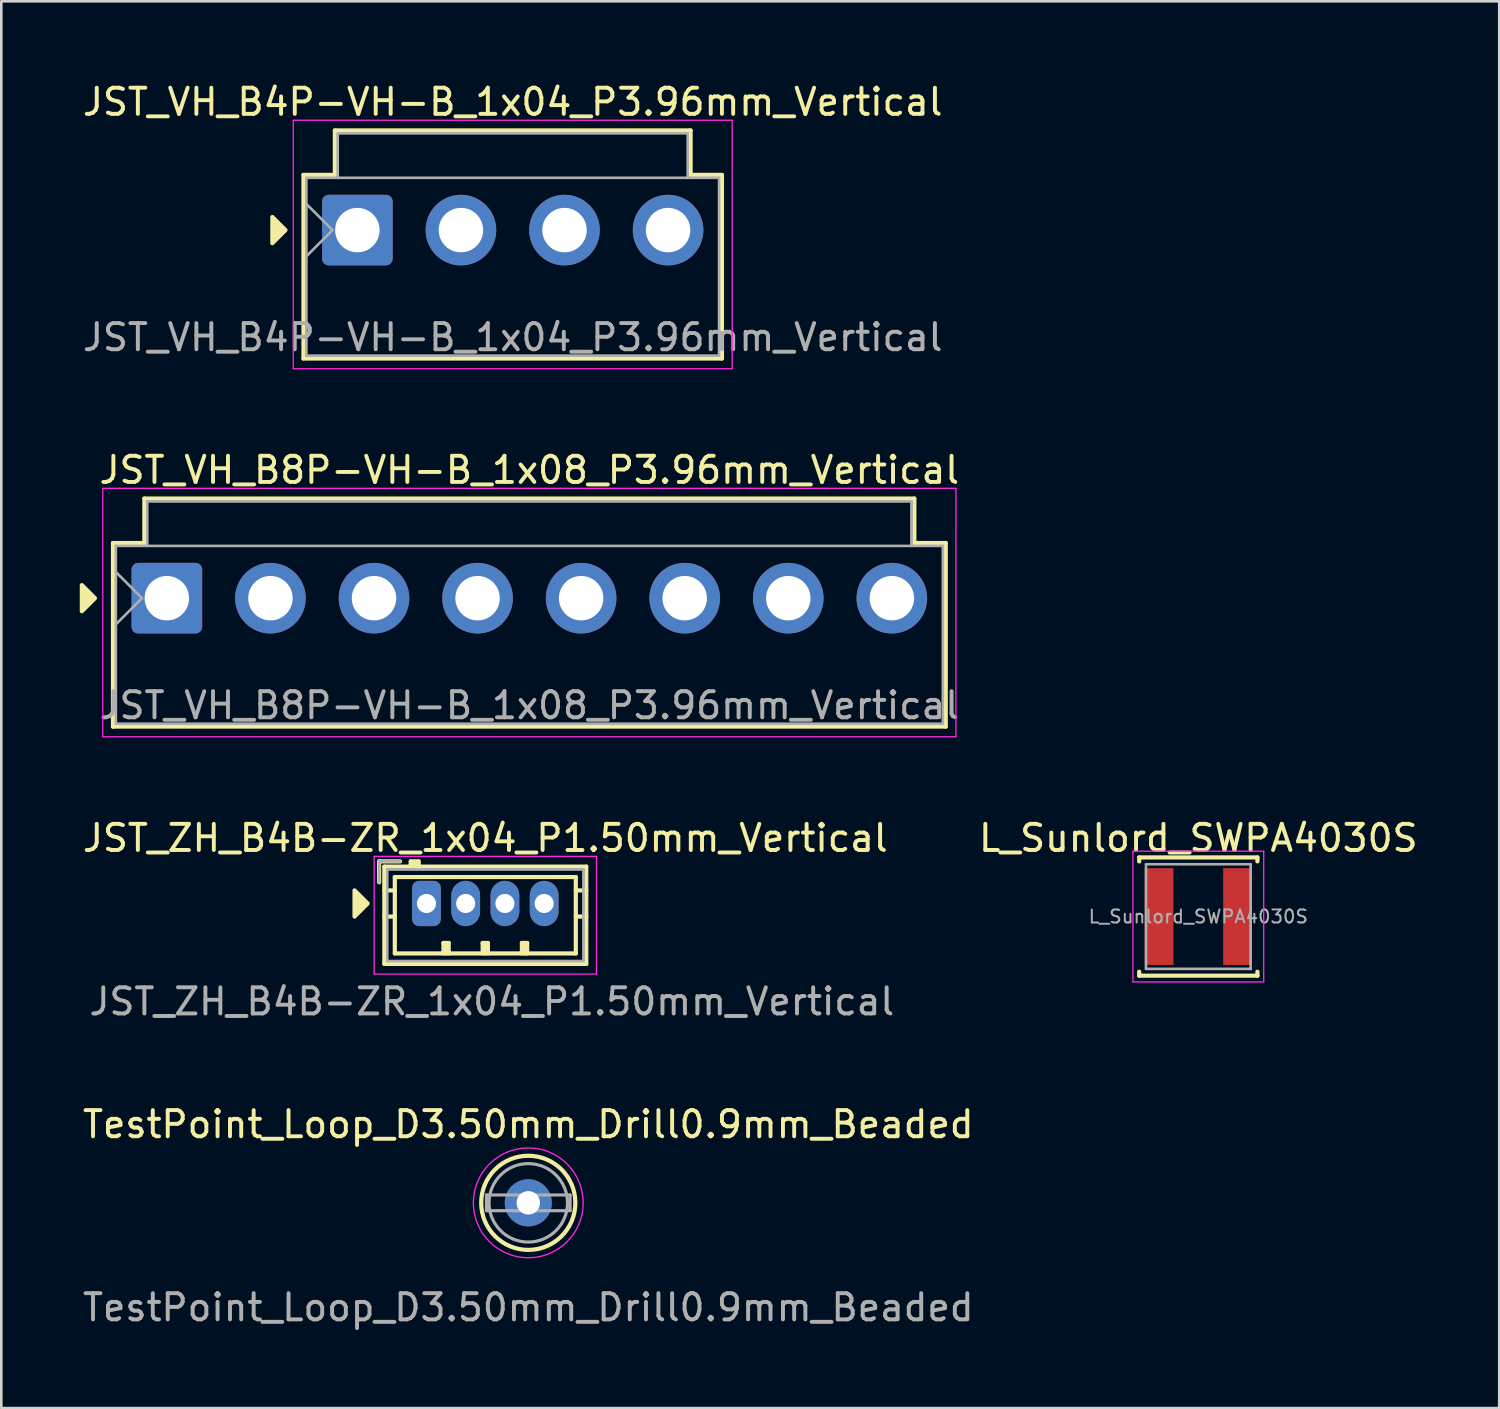
<source format=kicad_pcb>
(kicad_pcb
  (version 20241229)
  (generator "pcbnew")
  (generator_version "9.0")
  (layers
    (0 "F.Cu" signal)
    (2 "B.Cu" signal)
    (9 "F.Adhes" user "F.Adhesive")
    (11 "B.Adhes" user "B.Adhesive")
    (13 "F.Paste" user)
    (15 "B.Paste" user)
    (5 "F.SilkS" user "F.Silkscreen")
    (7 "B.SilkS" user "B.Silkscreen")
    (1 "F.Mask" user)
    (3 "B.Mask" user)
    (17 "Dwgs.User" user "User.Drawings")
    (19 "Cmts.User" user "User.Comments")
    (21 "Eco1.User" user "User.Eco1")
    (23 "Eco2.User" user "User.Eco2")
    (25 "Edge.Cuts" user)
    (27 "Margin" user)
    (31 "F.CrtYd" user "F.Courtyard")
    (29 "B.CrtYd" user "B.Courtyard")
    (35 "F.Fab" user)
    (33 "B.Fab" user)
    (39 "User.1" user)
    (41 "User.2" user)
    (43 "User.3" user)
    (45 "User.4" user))
  (footprint "TestPoint_Loop_D3.50mm_Drill0.9mm_Beaded"
    (layer "F.Cu")
    (at 17.149 42.941)
    (property "Reference" "TestPoint_Loop_D3.50mm_Drill0.9mm_Beaded" (at 0 -3 0) (layer "F.SilkS") (effects (font (size 1 1) (thickness 0.15))))
    (attr through_hole)
    (fp_circle (center 0 0) (end 1.8 0) (stroke (width 0.16) (type solid)) (fill no) (layer "F.SilkS"))
    (fp_circle (center 0 0) (end 2.1 0) (stroke (width 0.05) (type solid)) (fill no) (layer "F.CrtYd"))
    (fp_line (start -1.6 -0.3) (end -1.6 0.3) (stroke (width 0.12) (type solid)) (layer "F.Fab"))
    (fp_line (start -1.6 0.3) (end 1.6 0.3) (stroke (width 0.12) (type solid)) (layer "F.Fab"))
    (fp_line (start 1.6 -0.3) (end -1.6 -0.3) (stroke (width 0.12) (type solid)) (layer "F.Fab"))
    (fp_line (start 1.6 0.3) (end 1.6 -0.3) (stroke (width 0.12) (type solid)) (layer "F.Fab"))
    (fp_circle (center 0 0) (end 1.5 0) (stroke (width 0.12) (type solid)) (fill no) (layer "F.Fab"))
    (fp_text user "${REFERENCE}" (at 0 4 0) (layer "F.Fab") (effects (font (size 1 1) (thickness 0.15))))
    (dimension (type aligned) (layer "User.1") (pts (xy 16.699 42.941) (xy 17.599 42.941)) (height -1) (format (prefix "") (suffix "") (units 3) (units_format 1) (precision 4)) (style (thickness 0.01) (arrow_length 0.01) (text_position_mode 2) (arrow_direction outward) (extension_height 0) (extension_offset 0) (keep_text_aligned yes)) (gr_text "0.9000 mm" (at 17.149 41.941 0) (layer "User.1") (effects (font (size 0.1 0.1) (thickness 0.15)))))
    (dimension (type aligned) (layer "User.1") (pts (xy 16.249 42.941) (xy 18.049 42.941)) (height -1.5) (format (prefix "") (suffix "") (units 3) (units_format 1) (precision 4)) (style (thickness 0.01) (arrow_length 0.01) (text_position_mode 2) (arrow_direction outward) (extension_height 0) (extension_offset 0) (keep_text_aligned yes)) (gr_text "1.8000 mm" (at 17.149 41.441 0) (layer "User.1") (effects (font (size 0.1 0.1) (thickness 0.15)))))
    (dimension (type aligned) (layer "User.1") (pts (xy 15.349 42.941) (xy 18.949 42.941)) (height -2) (format (prefix "") (suffix "") (units 3) (units_format 1) (precision 4)) (style (thickness 0.01) (arrow_length 0.01) (text_position_mode 2) (arrow_direction outward) (extension_height 0) (extension_offset 0) (keep_text_aligned yes)) (gr_text "3.6000 mm" (at 17.249 40.941 0) (layer "User.1") (effects (font (size 0.1 0.1) (thickness 0.15)))))
    (pad "1" thru_hole circle (at 0 0) (size 1.8 1.8) (drill 0.9) (layers "*.Cu" "*.Mask")))
  (footprint "JST_VH_B4P-VH-B_1x04_P3.96mm_Vertical"
    (layer "F.Cu")
    (at 10.614 5.748)
    (property "Reference" "JST_VH_B4P-VH-B_1x04_P3.96mm_Vertical" (at 5.94 -4.9 0) (layer "F.SilkS") (effects (font (size 1 1) (thickness 0.15))))
    (attr through_hole)
    (fp_line (start -2.06 -2.11) (end -0.86 -2.11) (stroke (width 0.16) (type solid)) (layer "F.SilkS"))
    (fp_line (start -2.06 4.91) (end -2.06 -2.11) (stroke (width 0.16) (type solid)) (layer "F.SilkS"))
    (fp_line (start -0.86 -3.81) (end 12.74 -3.81) (stroke (width 0.16) (type solid)) (layer "F.SilkS"))
    (fp_line (start -0.86 -2.11) (end -0.86 -3.81) (stroke (width 0.16) (type solid)) (layer "F.SilkS"))
    (fp_line (start 12.74 -3.81) (end 12.74 -2.11) (stroke (width 0.16) (type solid)) (layer "F.SilkS"))
    (fp_line (start 12.74 -2.11) (end 13.94 -2.11) (stroke (width 0.16) (type solid)) (layer "F.SilkS"))
    (fp_line (start 13.94 -2.11) (end 13.94 4.91) (stroke (width 0.16) (type solid)) (layer "F.SilkS"))
    (fp_line (start 13.94 4.91) (end -2.06 4.91) (stroke (width 0.16) (type solid)) (layer "F.SilkS"))
    (fp_poly (pts (xy -3.25 -0.5) (xy -2.75 0) (xy -3.25 0.5)) (stroke (width 0.16) (type solid)) (fill yes) (layer "F.SilkS"))
    (fp_line (start -2.45 -4.2) (end -2.45 5.3) (stroke (width 0.05) (type solid)) (layer "F.CrtYd"))
    (fp_line (start -2.45 5.3) (end 14.33 5.3) (stroke (width 0.05) (type solid)) (layer "F.CrtYd"))
    (fp_line (start 14.33 -4.2) (end -2.45 -4.2) (stroke (width 0.05) (type solid)) (layer "F.CrtYd"))
    (fp_line (start 14.33 5.3) (end 14.33 -4.2) (stroke (width 0.05) (type solid)) (layer "F.CrtYd"))
    (fp_line (start -1.95 -2) (end -1.95 4.8) (stroke (width 0.1) (type solid)) (layer "F.Fab"))
    (fp_line (start -1.95 -1) (end -0.95 0) (stroke (width 0.1) (type solid)) (layer "F.Fab"))
    (fp_line (start -1.95 1) (end -0.95 0) (stroke (width 0.1) (type solid)) (layer "F.Fab"))
    (fp_line (start -1.95 4.8) (end 13.83 4.8) (stroke (width 0.1) (type solid)) (layer "F.Fab"))
    (fp_line (start -0.75 -3.7) (end 12.63 -3.7) (stroke (width 0.1) (type solid)) (layer "F.Fab"))
    (fp_line (start -0.75 -2) (end -0.75 -3.7) (stroke (width 0.1) (type solid)) (layer "F.Fab"))
    (fp_line (start 12.63 -3.7) (end 12.63 -2) (stroke (width 0.1) (type solid)) (layer "F.Fab"))
    (fp_line (start 13.83 -2) (end -1.95 -2) (stroke (width 0.1) (type solid)) (layer "F.Fab"))
    (fp_line (start 13.83 4.8) (end 13.83 -2) (stroke (width 0.1) (type solid)) (layer "F.Fab"))
    (fp_text user "${REFERENCE}" (at 5.94 4.1 0) (layer "F.Fab") (effects (font (size 1 1) (thickness 0.15))))
    (pad "1" thru_hole roundrect (at 0 0) (size 2.7 2.7) (drill 1.7) (layers "*.Cu" "*.Mask") (roundrect_rratio 0.093))
    (pad "2" thru_hole circle (at 3.96 0) (size 2.7 2.7) (drill 1.7) (layers "*.Cu" "*.Mask"))
    (pad "3" thru_hole circle (at 7.92 0) (size 2.7 2.7) (drill 1.7) (layers "*.Cu" "*.Mask"))
    (pad "4" thru_hole circle (at 11.88 0) (size 2.7 2.7) (drill 1.7) (layers "*.Cu" "*.Mask")))
  (footprint "JST_VH_B8P-VH-B_1x08_P3.96mm_Vertical"
    (layer "F.Cu")
    (at 3.33 19.822)
    (property "Reference" "JST_VH_B8P-VH-B_1x08_P3.96mm_Vertical" (at 13.86 -4.9 0) (layer "F.SilkS") (effects (font (size 1 1) (thickness 0.15))))
    (attr through_hole)
    (fp_line (start -2.06 -2.11) (end -0.86 -2.11) (stroke (width 0.16) (type solid)) (layer "F.SilkS"))
    (fp_line (start -2.06 4.91) (end -2.06 -2.11) (stroke (width 0.16) (type solid)) (layer "F.SilkS"))
    (fp_line (start -0.86 -3.81) (end 28.58 -3.81) (stroke (width 0.16) (type solid)) (layer "F.SilkS"))
    (fp_line (start -0.86 -2.11) (end -0.86 -3.81) (stroke (width 0.16) (type solid)) (layer "F.SilkS"))
    (fp_line (start 28.58 -3.81) (end 28.58 -2.11) (stroke (width 0.16) (type solid)) (layer "F.SilkS"))
    (fp_line (start 28.58 -2.11) (end 29.78 -2.11) (stroke (width 0.16) (type solid)) (layer "F.SilkS"))
    (fp_line (start 29.78 -2.11) (end 29.78 4.91) (stroke (width 0.16) (type solid)) (layer "F.SilkS"))
    (fp_line (start 29.78 4.91) (end -2.06 4.91) (stroke (width 0.16) (type solid)) (layer "F.SilkS"))
    (fp_poly (pts (xy -3.25 -0.5) (xy -2.75 0) (xy -3.25 0.5)) (stroke (width 0.16) (type solid)) (fill yes) (layer "F.SilkS"))
    (fp_line (start -2.45 -4.2) (end -2.45 5.3) (stroke (width 0.05) (type solid)) (layer "F.CrtYd"))
    (fp_line (start -2.45 5.3) (end 30.17 5.3) (stroke (width 0.05) (type solid)) (layer "F.CrtYd"))
    (fp_line (start 30.17 -4.2) (end -2.45 -4.2) (stroke (width 0.05) (type solid)) (layer "F.CrtYd"))
    (fp_line (start 30.17 5.3) (end 30.17 -4.2) (stroke (width 0.05) (type solid)) (layer "F.CrtYd"))
    (fp_line (start -1.95 -2) (end -1.95 4.8) (stroke (width 0.1) (type solid)) (layer "F.Fab"))
    (fp_line (start -1.95 -1) (end -0.95 0) (stroke (width 0.1) (type solid)) (layer "F.Fab"))
    (fp_line (start -1.95 1) (end -0.95 0) (stroke (width 0.1) (type solid)) (layer "F.Fab"))
    (fp_line (start -1.95 4.8) (end 29.67 4.8) (stroke (width 0.1) (type solid)) (layer "F.Fab"))
    (fp_line (start -0.75 -3.7) (end 28.47 -3.7) (stroke (width 0.1) (type solid)) (layer "F.Fab"))
    (fp_line (start -0.75 -2) (end -0.75 -3.7) (stroke (width 0.1) (type solid)) (layer "F.Fab"))
    (fp_line (start 28.47 -3.7) (end 28.47 -2) (stroke (width 0.1) (type solid)) (layer "F.Fab"))
    (fp_line (start 29.67 -2) (end -1.95 -2) (stroke (width 0.1) (type solid)) (layer "F.Fab"))
    (fp_line (start 29.67 4.8) (end 29.67 -2) (stroke (width 0.1) (type solid)) (layer "F.Fab"))
    (fp_text user "${REFERENCE}" (at 13.86 4.1 0) (layer "F.Fab") (effects (font (size 1 1) (thickness 0.15))))
    (pad "1" thru_hole roundrect (at 0 0) (size 2.7 2.7) (drill 1.7) (layers "*.Cu" "*.Mask") (roundrect_rratio 0.093))
    (pad "2" thru_hole circle (at 3.96 0) (size 2.7 2.7) (drill 1.7) (layers "*.Cu" "*.Mask"))
    (pad "3" thru_hole circle (at 7.92 0) (size 2.7 2.7) (drill 1.7) (layers "*.Cu" "*.Mask"))
    (pad "4" thru_hole circle (at 11.88 0) (size 2.7 2.7) (drill 1.7) (layers "*.Cu" "*.Mask"))
    (pad "5" thru_hole circle (at 15.84 0) (size 2.7 2.7) (drill 1.7) (layers "*.Cu" "*.Mask"))
    (pad "6" thru_hole circle (at 19.8 0) (size 2.7 2.7) (drill 1.7) (layers "*.Cu" "*.Mask"))
    (pad "7" thru_hole circle (at 23.76 0) (size 2.7 2.7) (drill 1.7) (layers "*.Cu" "*.Mask"))
    (pad "8" thru_hole circle (at 27.72 0) (size 2.7 2.7) (drill 1.7) (layers "*.Cu" "*.Mask")))
  (footprint "JST_ZH_B4B-ZR_1x04_P1.50mm_Vertical"
    (layer "F.Cu")
    (at 13.256 31.495)
    (property "Reference" "JST_ZH_B4B-ZR_1x04_P1.50mm_Vertical" (at 2.25 -2.5 0) (layer "F.SilkS") (effects (font (size 1 1) (thickness 0.15))))
    (attr through_hole)
    (fp_line (start -1.81 -1.61) (end -1.81 -0.81) (stroke (width 0.16) (type solid)) (layer "F.SilkS"))
    (fp_line (start -1.61 -1.41) (end -1.61 2.31) (stroke (width 0.16) (type solid)) (layer "F.SilkS"))
    (fp_line (start -1.61 -0.5) (end -1.21 -0.5) (stroke (width 0.16) (type solid)) (layer "F.SilkS"))
    (fp_line (start -1.61 0.5) (end -1.21 0.5) (stroke (width 0.16) (type solid)) (layer "F.SilkS"))
    (fp_line (start -1.61 2.31) (end 6.11 2.31) (stroke (width 0.16) (type solid)) (layer "F.SilkS"))
    (fp_line (start -1.21 -1.01) (end -1.21 1.91) (stroke (width 0.16) (type solid)) (layer "F.SilkS"))
    (fp_line (start -1.21 1.91) (end 5.71 1.91) (stroke (width 0.16) (type solid)) (layer "F.SilkS"))
    (fp_line (start -1.01 -1.61) (end -1.81 -1.61) (stroke (width 0.16) (type solid)) (layer "F.SilkS"))
    (fp_line (start -0.6 -1.61) (end -0.6 -1.41) (stroke (width 0.16) (type solid)) (layer "F.SilkS"))
    (fp_line (start -0.3 -1.61) (end -0.6 -1.61) (stroke (width 0.16) (type solid)) (layer "F.SilkS"))
    (fp_line (start -0.3 -1.51) (end -0.6 -1.51) (stroke (width 0.16) (type solid)) (layer "F.SilkS"))
    (fp_line (start -0.3 -1.41) (end -0.3 -1.61) (stroke (width 0.16) (type solid)) (layer "F.SilkS"))
    (fp_line (start 0.65 1.51) (end 0.85 1.51) (stroke (width 0.16) (type solid)) (layer "F.SilkS"))
    (fp_line (start 0.65 1.91) (end 0.65 1.51) (stroke (width 0.16) (type solid)) (layer "F.SilkS"))
    (fp_line (start 0.75 1.91) (end 0.75 1.51) (stroke (width 0.16) (type solid)) (layer "F.SilkS"))
    (fp_line (start 0.85 1.51) (end 0.85 1.91) (stroke (width 0.16) (type solid)) (layer "F.SilkS"))
    (fp_line (start 2.15 1.51) (end 2.35 1.51) (stroke (width 0.16) (type solid)) (layer "F.SilkS"))
    (fp_line (start 2.15 1.91) (end 2.15 1.51) (stroke (width 0.16) (type solid)) (layer "F.SilkS"))
    (fp_line (start 2.25 1.91) (end 2.25 1.51) (stroke (width 0.16) (type solid)) (layer "F.SilkS"))
    (fp_line (start 2.35 1.51) (end 2.35 1.91) (stroke (width 0.16) (type solid)) (layer "F.SilkS"))
    (fp_line (start 3.65 1.51) (end 3.85 1.51) (stroke (width 0.16) (type solid)) (layer "F.SilkS"))
    (fp_line (start 3.65 1.91) (end 3.65 1.51) (stroke (width 0.16) (type solid)) (layer "F.SilkS"))
    (fp_line (start 3.75 1.91) (end 3.75 1.51) (stroke (width 0.16) (type solid)) (layer "F.SilkS"))
    (fp_line (start 3.85 1.51) (end 3.85 1.91) (stroke (width 0.16) (type solid)) (layer "F.SilkS"))
    (fp_line (start 5.71 -1.01) (end -1.21 -1.01) (stroke (width 0.16) (type solid)) (layer "F.SilkS"))
    (fp_line (start 5.71 1.91) (end 5.71 -1.01) (stroke (width 0.16) (type solid)) (layer "F.SilkS"))
    (fp_line (start 6.11 -1.41) (end -1.61 -1.41) (stroke (width 0.16) (type solid)) (layer "F.SilkS"))
    (fp_line (start 6.11 -0.5) (end 5.71 -0.5) (stroke (width 0.16) (type solid)) (layer "F.SilkS"))
    (fp_line (start 6.11 0.5) (end 5.71 0.5) (stroke (width 0.16) (type solid)) (layer "F.SilkS"))
    (fp_line (start 6.11 2.31) (end 6.11 -1.41) (stroke (width 0.16) (type solid)) (layer "F.SilkS"))
    (fp_poly (pts (xy -2.75 -0.5) (xy -2.25 0) (xy -2.75 0.5)) (stroke (width 0.16) (type solid)) (fill yes) (layer "F.SilkS"))
    (fp_line (start -2 -1.8) (end -2 2.7) (stroke (width 0.05) (type solid)) (layer "F.CrtYd"))
    (fp_line (start -2 2.7) (end 6.5 2.7) (stroke (width 0.05) (type solid)) (layer "F.CrtYd"))
    (fp_line (start 6.5 -1.8) (end -2 -1.8) (stroke (width 0.05) (type solid)) (layer "F.CrtYd"))
    (fp_line (start 6.5 2.7) (end 6.5 -1.8) (stroke (width 0.05) (type solid)) (layer "F.CrtYd"))
    (fp_line (start -1.81 -1.61) (end -1.81 -0.81) (stroke (width 0.1) (type solid)) (layer "F.Fab"))
    (fp_line (start -1.5 -1.3) (end -1.5 2.2) (stroke (width 0.1) (type solid)) (layer "F.Fab"))
    (fp_line (start -1.5 2.2) (end 6 2.2) (stroke (width 0.1) (type solid)) (layer "F.Fab"))
    (fp_line (start -1.01 -1.61) (end -1.81 -1.61) (stroke (width 0.1) (type solid)) (layer "F.Fab"))
    (fp_line (start 6 -1.3) (end -1.5 -1.3) (stroke (width 0.1) (type solid)) (layer "F.Fab"))
    (fp_line (start 6 2.2) (end 6 -1.3) (stroke (width 0.1) (type solid)) (layer "F.Fab"))
    (fp_text user "${REFERENCE}" (at 2.5 3.75 0) (layer "F.Fab") (effects (font (size 1 1) (thickness 0.15))))
    (pad "1" thru_hole roundrect (at 0 0) (size 1.1 1.73) (drill 0.73) (layers "*.Cu" "*.Mask") (roundrect_rratio 0.243))
    (pad "2" thru_hole oval (at 1.5 0) (size 1.1 1.73) (drill 0.73) (layers "*.Cu" "*.Mask"))
    (pad "3" thru_hole oval (at 3 0) (size 1.1 1.73) (drill 0.73) (layers "*.Cu" "*.Mask"))
    (pad "4" thru_hole oval (at 4.5 0) (size 1.1 1.73) (drill 0.73) (layers "*.Cu" "*.Mask")))
  (footprint "L_Sunlord_SWPA4030S"
    (layer "F.Cu")
    (at 42.768 31.995)
    (property "Reference" "L_Sunlord_SWPA4030S" (at 0 -3 0) (layer "F.SilkS") (effects (font (size 1 1) (thickness 0.15))))
    (attr smd)
    (fp_line (start -2.26 -2.26) (end -2.26 -2.11) (stroke (width 0.16) (type solid)) (layer "F.SilkS"))
    (fp_line (start -2.26 -2.26) (end 2.26 -2.26) (stroke (width 0.16) (type solid)) (layer "F.SilkS"))
    (fp_line (start -2.26 2.26) (end -2.26 2.11) (stroke (width 0.16) (type solid)) (layer "F.SilkS"))
    (fp_line (start -2.26 2.26) (end 2.26 2.26) (stroke (width 0.16) (type solid)) (layer "F.SilkS"))
    (fp_line (start 2.26 -2.26) (end 2.26 -2.11) (stroke (width 0.16) (type solid)) (layer "F.SilkS"))
    (fp_line (start 2.26 2.26) (end 2.26 2.11) (stroke (width 0.16) (type solid)) (layer "F.SilkS"))
    (fp_line (start -2.5 -2.5) (end -2.5 2.5) (stroke (width 0.05) (type solid)) (layer "F.CrtYd"))
    (fp_line (start -2.5 2.5) (end 2.5 2.5) (stroke (width 0.05) (type solid)) (layer "F.CrtYd"))
    (fp_line (start 2.5 -2.5) (end -2.5 -2.5) (stroke (width 0.05) (type solid)) (layer "F.CrtYd"))
    (fp_line (start 2.5 2.5) (end 2.5 -2.5) (stroke (width 0.05) (type solid)) (layer "F.CrtYd"))
    (fp_line (start -2 -2) (end -2 2) (stroke (width 0.1) (type solid)) (layer "F.Fab"))
    (fp_line (start -2 2) (end 2 2) (stroke (width 0.1) (type solid)) (layer "F.Fab"))
    (fp_line (start 2 -2) (end -2 -2) (stroke (width 0.1) (type solid)) (layer "F.Fab"))
    (fp_line (start 2 2) (end 2 -2) (stroke (width 0.1) (type solid)) (layer "F.Fab"))
    (fp_text user "${REFERENCE}" (at 0 0 0) (layer "F.Fab") (effects (font (size 0.5 0.5) (thickness 0.075))))
    (pad "1" smd rect (at -1.5 0) (size 1.1 3.7) (layers "F.Cu" "F.Mask" "F.Paste"))
    (pad "2" smd rect (at 1.5 0) (size 1.1 3.7) (layers "F.Cu" "F.Mask" "F.Paste")))
  (gr_rect
    (start -3 -3)
    (end 54.274 50.789)
    (stroke (width 0.1) (type default))
    (fill no)
    (layer "Edge.Cuts")))
</source>
